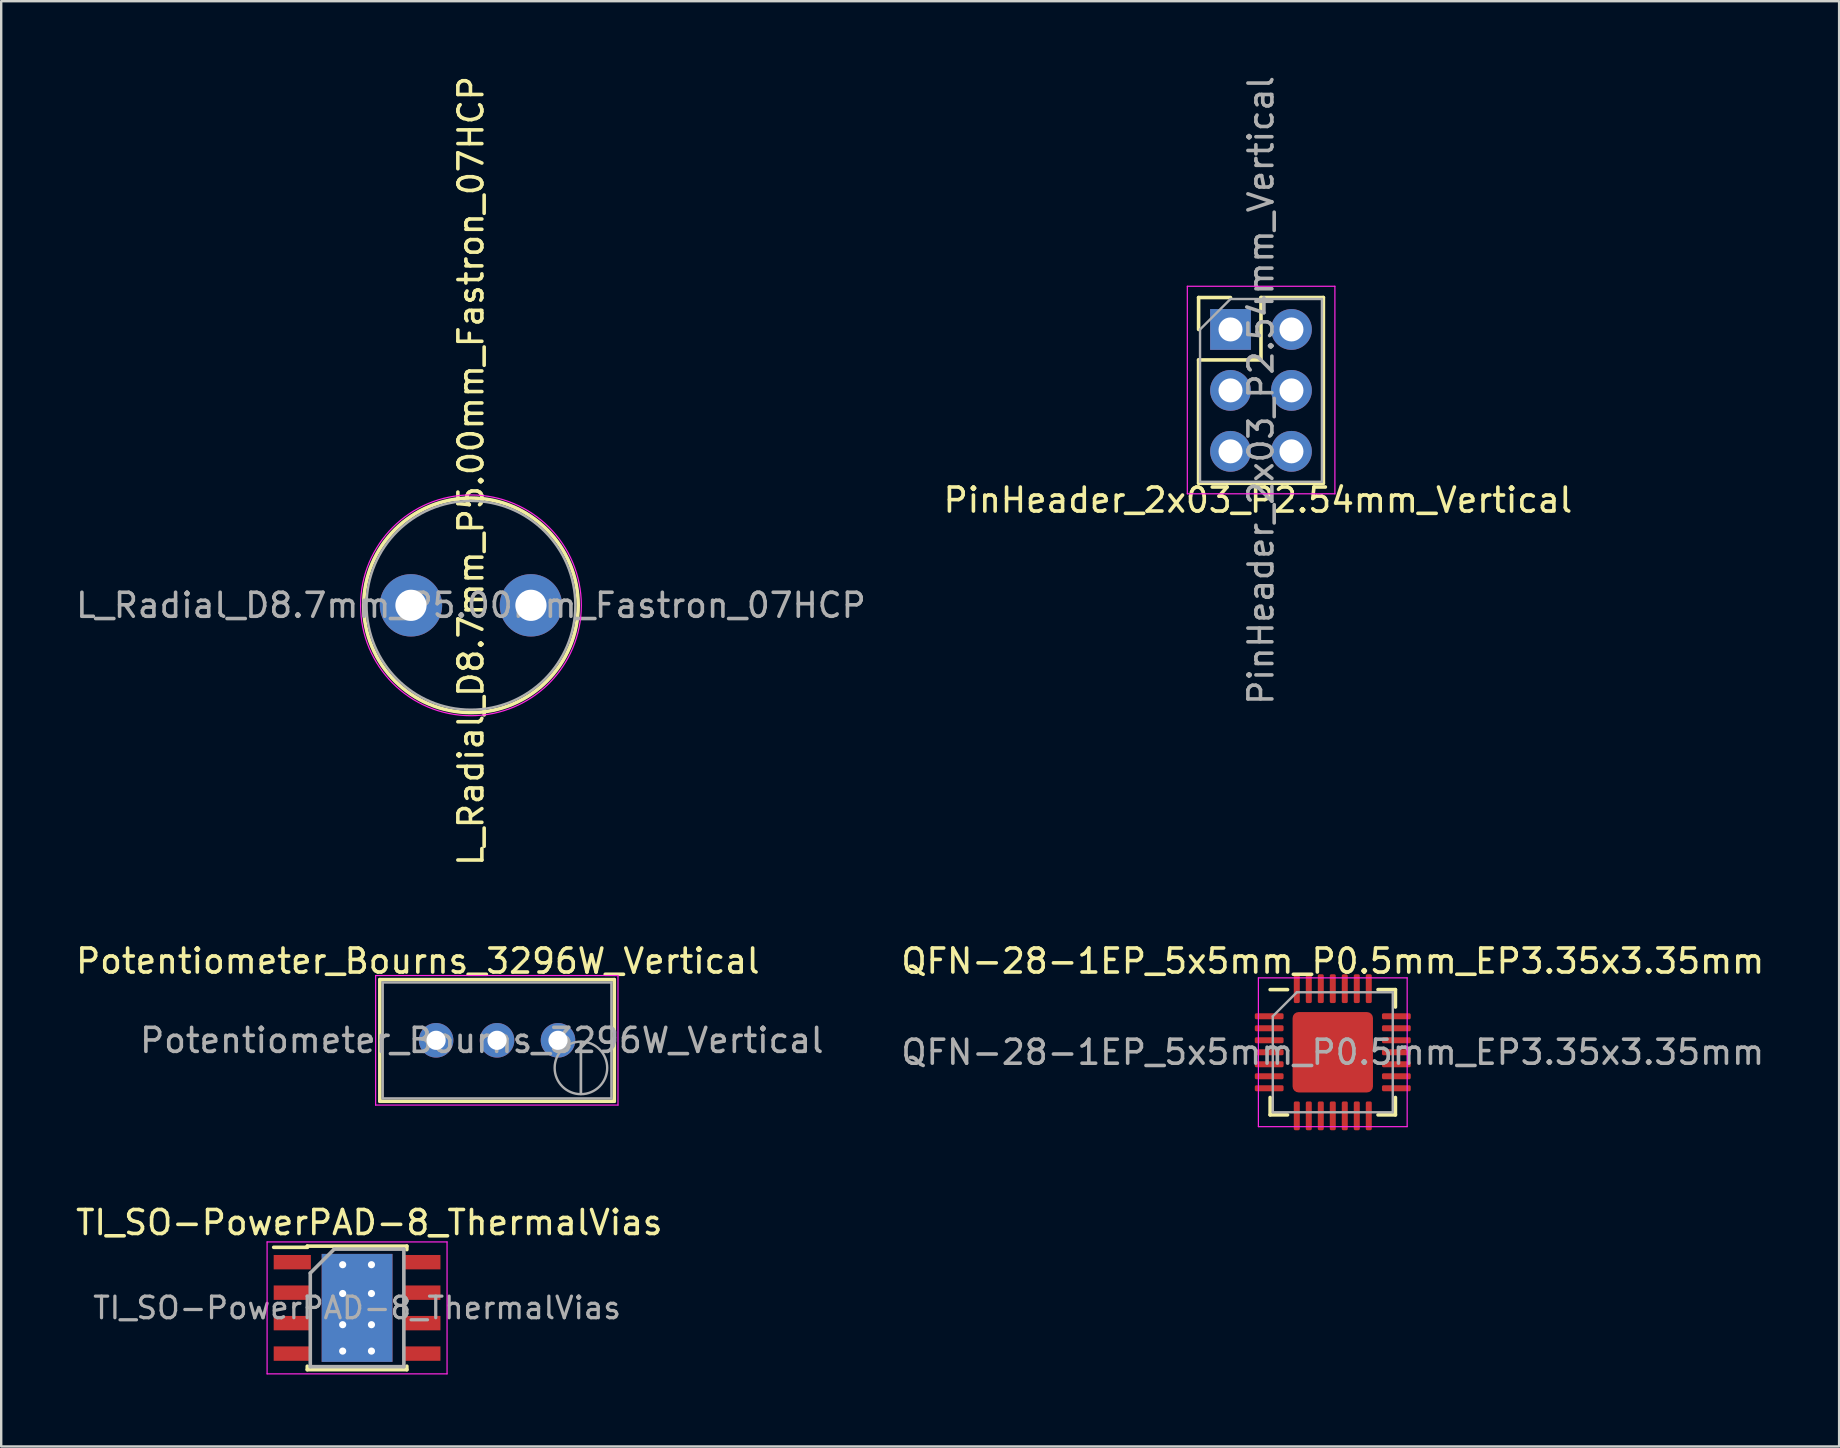
<source format=kicad_pcb>
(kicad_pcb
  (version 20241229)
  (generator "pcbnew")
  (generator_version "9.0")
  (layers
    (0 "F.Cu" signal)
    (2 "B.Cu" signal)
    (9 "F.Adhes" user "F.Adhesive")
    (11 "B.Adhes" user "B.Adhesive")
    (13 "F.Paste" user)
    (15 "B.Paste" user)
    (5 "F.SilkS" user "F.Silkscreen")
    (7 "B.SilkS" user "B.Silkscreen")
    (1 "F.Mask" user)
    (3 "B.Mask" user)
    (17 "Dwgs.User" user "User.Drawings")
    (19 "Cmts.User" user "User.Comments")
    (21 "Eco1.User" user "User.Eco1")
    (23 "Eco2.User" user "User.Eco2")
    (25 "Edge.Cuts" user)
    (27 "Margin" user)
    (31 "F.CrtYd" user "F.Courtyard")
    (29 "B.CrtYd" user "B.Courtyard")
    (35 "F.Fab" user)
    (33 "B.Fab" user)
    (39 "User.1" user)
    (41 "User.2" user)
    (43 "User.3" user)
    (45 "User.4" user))
  (footprint "PinHeader_2x03_P2.54mm_Vertical"
    (layer "F.Cu")
    (at 48.232 10.68)
    (property "Reference" "PinHeader_2x03_P2.54mm_Vertical" (at 1.143 7.112 0) (layer "F.SilkS") (effects (font (size 1 1) (thickness 0.15))))
    (attr through_hole)
    (fp_line (start -1.33 -1.33) (end 0 -1.33) (stroke (width 0.15) (type solid)) (layer "F.SilkS"))
    (fp_line (start -1.33 0) (end -1.33 -1.33) (stroke (width 0.15) (type solid)) (layer "F.SilkS"))
    (fp_line (start -1.33 1.27) (end -1.33 6.41) (stroke (width 0.15) (type solid)) (layer "F.SilkS"))
    (fp_line (start -1.33 1.27) (end 1.27 1.27) (stroke (width 0.15) (type solid)) (layer "F.SilkS"))
    (fp_line (start -1.33 6.41) (end 3.87 6.41) (stroke (width 0.15) (type solid)) (layer "F.SilkS"))
    (fp_line (start 1.27 -1.33) (end 3.87 -1.33) (stroke (width 0.15) (type solid)) (layer "F.SilkS"))
    (fp_line (start 1.27 1.27) (end 1.27 -1.33) (stroke (width 0.15) (type solid)) (layer "F.SilkS"))
    (fp_line (start 3.87 -1.33) (end 3.87 6.41) (stroke (width 0.15) (type solid)) (layer "F.SilkS"))
    (fp_line (start -1.8 -1.8) (end -1.8 6.85) (stroke (width 0.05) (type solid)) (layer "F.CrtYd"))
    (fp_line (start -1.8 6.85) (end 4.35 6.85) (stroke (width 0.05) (type solid)) (layer "F.CrtYd"))
    (fp_line (start 4.35 -1.8) (end -1.8 -1.8) (stroke (width 0.05) (type solid)) (layer "F.CrtYd"))
    (fp_line (start 4.35 6.85) (end 4.35 -1.8) (stroke (width 0.05) (type solid)) (layer "F.CrtYd"))
    (fp_line (start -1.27 0) (end 0 -1.27) (stroke (width 0.1) (type solid)) (layer "F.Fab"))
    (fp_line (start -1.27 6.35) (end -1.27 0) (stroke (width 0.1) (type solid)) (layer "F.Fab"))
    (fp_line (start 0 -1.27) (end 3.81 -1.27) (stroke (width 0.1) (type solid)) (layer "F.Fab"))
    (fp_line (start 3.81 -1.27) (end 3.81 6.35) (stroke (width 0.1) (type solid)) (layer "F.Fab"))
    (fp_line (start 3.81 6.35) (end -1.27 6.35) (stroke (width 0.1) (type solid)) (layer "F.Fab"))
    (fp_text user "${REFERENCE}" (at 1.27 2.54 90) (layer "F.Fab") (effects (font (size 1 1) (thickness 0.15))))
    (pad "1" thru_hole rect (at 0 0) (size 1.7 1.7) (drill 1) (layers "*.Cu" "*.Mask"))
    (pad "2" thru_hole oval (at 0 2.54) (size 1.7 1.7) (drill 1) (layers "*.Cu" "*.Mask"))
    (pad "3" thru_hole oval (at 0 5.08) (size 1.7 1.7) (drill 1) (layers "*.Cu" "*.Mask"))
    (pad "4" thru_hole oval (at 2.54 5.08) (size 1.7 1.7) (drill 1) (layers "*.Cu" "*.Mask"))
    (pad "5" thru_hole oval (at 2.54 2.54) (size 1.7 1.7) (drill 1) (layers "*.Cu" "*.Mask"))
    (pad "6" thru_hole oval (at 2.54 0) (size 1.7 1.7) (drill 1) (layers "*.Cu" "*.Mask")))
  (footprint "Potentiometer_Bourns_3296W_Vertical"
    (layer "F.Cu")
    (at 20.205 40.305)
    (property "Reference" "Potentiometer_Bourns_3296W_Vertical" (at -5.842 -3.302 180) (layer "F.SilkS") (effects (font (size 1 1) (thickness 0.15))))
    (attr through_hole)
    (fp_line (start -7.425 -2.53) (end -7.425 2.54) (stroke (width 0.15) (type solid)) (layer "F.SilkS"))
    (fp_line (start -7.425 -2.53) (end 2.345 -2.53) (stroke (width 0.15) (type solid)) (layer "F.SilkS"))
    (fp_line (start -7.425 2.54) (end 2.345 2.54) (stroke (width 0.15) (type solid)) (layer "F.SilkS"))
    (fp_line (start 2.345 -2.53) (end 2.345 2.54) (stroke (width 0.15) (type solid)) (layer "F.SilkS"))
    (fp_line (start -7.6 -2.7) (end -7.6 2.7) (stroke (width 0.05) (type solid)) (layer "F.CrtYd"))
    (fp_line (start -7.6 2.7) (end 2.5 2.7) (stroke (width 0.05) (type solid)) (layer "F.CrtYd"))
    (fp_line (start 2.5 -2.7) (end -7.6 -2.7) (stroke (width 0.05) (type solid)) (layer "F.CrtYd"))
    (fp_line (start 2.5 2.7) (end 2.5 -2.7) (stroke (width 0.05) (type solid)) (layer "F.CrtYd"))
    (fp_line (start -7.305 -2.41) (end -7.305 2.42) (stroke (width 0.1) (type solid)) (layer "F.Fab"))
    (fp_line (start -7.305 2.42) (end 2.225 2.42) (stroke (width 0.1) (type solid)) (layer "F.Fab"))
    (fp_line (start 0.955 2.235) (end 0.956 0.066) (stroke (width 0.1) (type solid)) (layer "F.Fab"))
    (fp_line (start 0.955 2.235) (end 0.956 0.066) (stroke (width 0.1) (type solid)) (layer "F.Fab"))
    (fp_line (start 2.225 -2.41) (end -7.305 -2.41) (stroke (width 0.1) (type solid)) (layer "F.Fab"))
    (fp_line (start 2.225 2.42) (end 2.225 -2.41) (stroke (width 0.1) (type solid)) (layer "F.Fab"))
    (fp_circle (center 0.955 1.15) (end 2.05 1.15) (stroke (width 0.1) (type solid)) (fill no) (layer "F.Fab"))
    (fp_text user "${REFERENCE}" (at -3.175 0.005 180) (layer "F.Fab") (effects (font (size 1 1) (thickness 0.15))))
    (pad "1" thru_hole circle (at 0 0) (size 1.44 1.44) (drill 0.8) (layers "*.Cu" "*.Mask"))
    (pad "2" thru_hole circle (at -2.54 0) (size 1.44 1.44) (drill 0.8) (layers "*.Cu" "*.Mask"))
    (pad "3" thru_hole circle (at -5.08 0) (size 1.44 1.44) (drill 0.8) (layers "*.Cu" "*.Mask")))
  (footprint "QFN-28-1EP_5x5mm_P0.5mm_EP3.35x3.35mm"
    (layer "F.Cu")
    (at 52.494 40.803)
    (property "Reference" "QFN-28-1EP_5x5mm_P0.5mm_EP3.35x3.35mm" (at 0 -3.8 0) (layer "F.SilkS") (effects (font (size 1 1) (thickness 0.15))))
    (attr smd)
    (fp_line (start -2.61 2.61) (end -2.61 1.885) (stroke (width 0.15) (type solid)) (layer "F.SilkS"))
    (fp_line (start -1.885 -2.61) (end -2.61 -2.61) (stroke (width 0.15) (type solid)) (layer "F.SilkS"))
    (fp_line (start -1.885 2.61) (end -2.61 2.61) (stroke (width 0.15) (type solid)) (layer "F.SilkS"))
    (fp_line (start 1.885 -2.61) (end 2.61 -2.61) (stroke (width 0.15) (type solid)) (layer "F.SilkS"))
    (fp_line (start 1.885 2.61) (end 2.61 2.61) (stroke (width 0.15) (type solid)) (layer "F.SilkS"))
    (fp_line (start 2.61 -2.61) (end 2.61 -1.885) (stroke (width 0.15) (type solid)) (layer "F.SilkS"))
    (fp_line (start 2.61 2.61) (end 2.61 1.885) (stroke (width 0.15) (type solid)) (layer "F.SilkS"))
    (fp_line (start -3.1 -3.1) (end -3.1 3.1) (stroke (width 0.05) (type solid)) (layer "F.CrtYd"))
    (fp_line (start -3.1 3.1) (end 3.1 3.1) (stroke (width 0.05) (type solid)) (layer "F.CrtYd"))
    (fp_line (start 3.1 -3.1) (end -3.1 -3.1) (stroke (width 0.05) (type solid)) (layer "F.CrtYd"))
    (fp_line (start 3.1 3.1) (end 3.1 -3.1) (stroke (width 0.05) (type solid)) (layer "F.CrtYd"))
    (fp_line (start -2.5 -1.5) (end -1.5 -2.5) (stroke (width 0.1) (type solid)) (layer "F.Fab"))
    (fp_line (start -2.5 2.5) (end -2.5 -1.5) (stroke (width 0.1) (type solid)) (layer "F.Fab"))
    (fp_line (start -1.5 -2.5) (end 2.5 -2.5) (stroke (width 0.1) (type solid)) (layer "F.Fab"))
    (fp_line (start 2.5 -2.5) (end 2.5 2.5) (stroke (width 0.1) (type solid)) (layer "F.Fab"))
    (fp_line (start 2.5 2.5) (end -2.5 2.5) (stroke (width 0.1) (type solid)) (layer "F.Fab"))
    (fp_text user "${REFERENCE}" (at 0 0 0) (layer "F.Fab") (effects (font (size 1 1) (thickness 0.15))))
    (pad "" smd roundrect (at -1.12 -1.12) (size 0.9 0.9) (layers "F.Paste") (roundrect_rratio 0.25))
    (pad "" smd roundrect (at -1.12 0) (size 0.9 0.9) (layers "F.Paste") (roundrect_rratio 0.25))
    (pad "" smd roundrect (at -1.12 1.12) (size 0.9 0.9) (layers "F.Paste") (roundrect_rratio 0.25))
    (pad "" smd roundrect (at 0 -1.12) (size 0.9 0.9) (layers "F.Paste") (roundrect_rratio 0.25))
    (pad "" smd roundrect (at 0 0) (size 0.9 0.9) (layers "F.Paste") (roundrect_rratio 0.25))
    (pad "" smd roundrect (at 0 1.12) (size 0.9 0.9) (layers "F.Paste") (roundrect_rratio 0.25))
    (pad "" smd roundrect (at 1.12 -1.12) (size 0.9 0.9) (layers "F.Paste") (roundrect_rratio 0.25))
    (pad "" smd roundrect (at 1.12 0) (size 0.9 0.9) (layers "F.Paste") (roundrect_rratio 0.25))
    (pad "" smd roundrect (at 1.12 1.12) (size 0.9 0.9) (layers "F.Paste") (roundrect_rratio 0.25))
    (pad "1" smd roundrect (at -2.65 -1.5) (size 1.2 0.25) (layers "F.Cu" "F.Mask" "F.Paste") (roundrect_rratio 0.25))
    (pad "2" smd roundrect (at -2.65 -1) (size 1.2 0.25) (layers "F.Cu" "F.Mask" "F.Paste") (roundrect_rratio 0.25))
    (pad "3" smd roundrect (at -2.65 -0.5) (size 1.2 0.25) (layers "F.Cu" "F.Mask" "F.Paste") (roundrect_rratio 0.25))
    (pad "4" smd roundrect (at -2.65 0) (size 1.2 0.25) (layers "F.Cu" "F.Mask" "F.Paste") (roundrect_rratio 0.25))
    (pad "5" smd roundrect (at -2.65 0.5) (size 1.2 0.25) (layers "F.Cu" "F.Mask" "F.Paste") (roundrect_rratio 0.25))
    (pad "6" smd roundrect (at -2.65 1) (size 1.2 0.25) (layers "F.Cu" "F.Mask" "F.Paste") (roundrect_rratio 0.25))
    (pad "7" smd roundrect (at -2.65 1.5) (size 1.2 0.25) (layers "F.Cu" "F.Mask" "F.Paste") (roundrect_rratio 0.25))
    (pad "8" smd roundrect (at -1.5 2.65) (size 0.25 1.2) (layers "F.Cu" "F.Mask" "F.Paste") (roundrect_rratio 0.25))
    (pad "9" smd roundrect (at -1 2.65) (size 0.25 1.2) (layers "F.Cu" "F.Mask" "F.Paste") (roundrect_rratio 0.25))
    (pad "10" smd roundrect (at -0.5 2.65) (size 0.25 1.2) (layers "F.Cu" "F.Mask" "F.Paste") (roundrect_rratio 0.25))
    (pad "11" smd roundrect (at 0 2.65) (size 0.25 1.2) (layers "F.Cu" "F.Mask" "F.Paste") (roundrect_rratio 0.25))
    (pad "12" smd roundrect (at 0.5 2.65) (size 0.25 1.2) (layers "F.Cu" "F.Mask" "F.Paste") (roundrect_rratio 0.25))
    (pad "13" smd roundrect (at 1 2.65) (size 0.25 1.2) (layers "F.Cu" "F.Mask" "F.Paste") (roundrect_rratio 0.25))
    (pad "14" smd roundrect (at 1.5 2.65) (size 0.25 1.2) (layers "F.Cu" "F.Mask" "F.Paste") (roundrect_rratio 0.25))
    (pad "15" smd roundrect (at 2.65 1.5) (size 1.2 0.25) (layers "F.Cu" "F.Mask" "F.Paste") (roundrect_rratio 0.25))
    (pad "16" smd roundrect (at 2.65 1) (size 1.2 0.25) (layers "F.Cu" "F.Mask" "F.Paste") (roundrect_rratio 0.25))
    (pad "17" smd roundrect (at 2.65 0.5) (size 1.2 0.25) (layers "F.Cu" "F.Mask" "F.Paste") (roundrect_rratio 0.25))
    (pad "18" smd roundrect (at 2.65 0) (size 1.2 0.25) (layers "F.Cu" "F.Mask" "F.Paste") (roundrect_rratio 0.25))
    (pad "19" smd roundrect (at 2.65 -0.5) (size 1.2 0.25) (layers "F.Cu" "F.Mask" "F.Paste") (roundrect_rratio 0.25))
    (pad "20" smd roundrect (at 2.65 -1) (size 1.2 0.25) (layers "F.Cu" "F.Mask" "F.Paste") (roundrect_rratio 0.25))
    (pad "21" smd roundrect (at 2.65 -1.5) (size 1.2 0.25) (layers "F.Cu" "F.Mask" "F.Paste") (roundrect_rratio 0.25))
    (pad "22" smd roundrect (at 1.5 -2.65) (size 0.25 1.2) (layers "F.Cu" "F.Mask" "F.Paste") (roundrect_rratio 0.25))
    (pad "23" smd roundrect (at 1 -2.65) (size 0.25 1.2) (layers "F.Cu" "F.Mask" "F.Paste") (roundrect_rratio 0.25))
    (pad "24" smd roundrect (at 0.5 -2.65) (size 0.25 1.2) (layers "F.Cu" "F.Mask" "F.Paste") (roundrect_rratio 0.25))
    (pad "25" smd roundrect (at 0 -2.65) (size 0.25 1.2) (layers "F.Cu" "F.Mask" "F.Paste") (roundrect_rratio 0.25))
    (pad "26" smd roundrect (at -0.5 -2.65) (size 0.25 1.2) (layers "F.Cu" "F.Mask" "F.Paste") (roundrect_rratio 0.25))
    (pad "27" smd roundrect (at -1 -2.65) (size 0.25 1.2) (layers "F.Cu" "F.Mask" "F.Paste") (roundrect_rratio 0.25))
    (pad "28" smd roundrect (at -1.5 -2.65) (size 0.25 1.2) (layers "F.Cu" "F.Mask" "F.Paste") (roundrect_rratio 0.25))
    (pad "29" smd roundrect (at 0 0) (size 3.35 3.35) (layers "F.Cu" "F.Mask") (roundrect_rratio 0.075)))
  (footprint "TI_SO-PowerPAD-8_ThermalVias"
    (layer "F.Cu")
    (at 11.831 51.457)
    (property "Reference" "TI_SO-PowerPAD-8_ThermalVias" (at 0.508 -3.556 180) (layer "F.SilkS") (effects (font (size 1 1) (thickness 0.15))))
    (attr smd)
    (fp_line (start -2.075 -2.575) (end -2.075 -2.525) (stroke (width 0.15) (type solid)) (layer "F.SilkS"))
    (fp_line (start -2.075 -2.575) (end 2.075 -2.575) (stroke (width 0.15) (type solid)) (layer "F.SilkS"))
    (fp_line (start -2.075 -2.525) (end -3.475 -2.525) (stroke (width 0.15) (type solid)) (layer "F.SilkS"))
    (fp_line (start -2.075 2.575) (end -2.075 2.43) (stroke (width 0.15) (type solid)) (layer "F.SilkS"))
    (fp_line (start -2.075 2.575) (end 2.075 2.575) (stroke (width 0.15) (type solid)) (layer "F.SilkS"))
    (fp_line (start 2.075 -2.575) (end 2.075 -2.43) (stroke (width 0.15) (type solid)) (layer "F.SilkS"))
    (fp_line (start 2.075 2.575) (end 2.075 2.43) (stroke (width 0.15) (type solid)) (layer "F.SilkS"))
    (fp_line (start -3.75 -2.75) (end -3.75 2.75) (stroke (width 0.05) (type solid)) (layer "F.CrtYd"))
    (fp_line (start -3.75 -2.75) (end 3.75 -2.75) (stroke (width 0.05) (type solid)) (layer "F.CrtYd"))
    (fp_line (start -3.75 2.75) (end 3.75 2.75) (stroke (width 0.05) (type solid)) (layer "F.CrtYd"))
    (fp_line (start 3.75 -2.75) (end 3.75 2.75) (stroke (width 0.05) (type solid)) (layer "F.CrtYd"))
    (fp_line (start -1.95 -1.45) (end -0.95 -2.45) (stroke (width 0.15) (type solid)) (layer "F.Fab"))
    (fp_line (start -1.95 2.45) (end -1.95 -1.45) (stroke (width 0.15) (type solid)) (layer "F.Fab"))
    (fp_line (start -0.95 -2.45) (end 1.95 -2.45) (stroke (width 0.15) (type solid)) (layer "F.Fab"))
    (fp_line (start 1.95 -2.45) (end 1.95 2.45) (stroke (width 0.15) (type solid)) (layer "F.Fab"))
    (fp_line (start 1.95 2.45) (end -1.95 2.45) (stroke (width 0.15) (type solid)) (layer "F.Fab"))
    (fp_text user "${REFERENCE}" (at 0 0 180) (layer "F.Fab") (effects (font (size 0.9 0.9) (thickness 0.135))))
    (pad "1" smd rect (at -2.7 -1.905) (size 1.55 0.6) (layers "F.Cu" "F.Mask" "F.Paste"))
    (pad "2" smd rect (at -2.7 -0.635) (size 1.55 0.6) (layers "F.Cu" "F.Mask" "F.Paste"))
    (pad "3" smd rect (at -2.7 0.635) (size 1.55 0.6) (layers "F.Cu" "F.Mask" "F.Paste"))
    (pad "4" smd rect (at -2.7 1.905) (size 1.55 0.6) (layers "F.Cu" "F.Mask" "F.Paste"))
    (pad "5" smd rect (at 2.7 1.905) (size 1.55 0.6) (layers "F.Cu" "F.Mask" "F.Paste"))
    (pad "6" smd rect (at 2.7 0.635) (size 1.55 0.6) (layers "F.Cu" "F.Mask" "F.Paste"))
    (pad "7" smd rect (at 2.7 -0.635) (size 1.55 0.6) (layers "F.Cu" "F.Mask" "F.Paste"))
    (pad "8" smd rect (at 2.7 -1.905) (size 1.55 0.6) (layers "F.Cu" "F.Mask" "F.Paste"))
    (pad "9" thru_hole circle (at -0.6 -1.8) (size 0.6 0.6) (drill 0.3) (layers "*.Cu"))
    (pad "9" thru_hole circle (at -0.6 -0.6) (size 0.6 0.6) (drill 0.3) (layers "*.Cu"))
    (pad "9" thru_hole circle (at -0.6 0.7) (size 0.6 0.6) (drill 0.3) (layers "*.Cu"))
    (pad "9" thru_hole circle (at -0.6 1.8) (size 0.6 0.6) (drill 0.3) (layers "*.Cu"))
    (pad "9" smd rect (at 0 0) (size 2.6 3.1) (layers "F.Cu" "F.Mask" "F.Paste"))
    (pad "9" smd rect (at 0 0) (size 2.95 4.5) (layers "F.Cu"))
    (pad "9" smd rect (at 0 0) (size 2.95 4.5) (layers "B.Cu"))
    (pad "9" thru_hole circle (at 0.6 -1.8) (size 0.6 0.6) (drill 0.3) (layers "*.Cu"))
    (pad "9" thru_hole circle (at 0.6 -0.6) (size 0.6 0.6) (drill 0.3) (layers "*.Cu"))
    (pad "9" thru_hole circle (at 0.6 0.7) (size 0.6 0.6) (drill 0.3) (layers "*.Cu"))
    (pad "9" thru_hole circle (at 0.6 1.8) (size 0.6 0.6) (drill 0.3) (layers "*.Cu")))
  (footprint "L_Radial_D8.7mm_P5.00mm_Fastron_07HCP"
    (layer "F.Cu")
    (at 14.077 22.177)
    (property "Reference" "L_Radial_D8.7mm_P5.00mm_Fastron_07HCP" (at 2.5 -5.6 270) (layer "F.SilkS") (effects (font (size 1 1) (thickness 0.15))))
    (attr through_hole)
    (fp_circle (center 2.5 0) (end 6.97 0) (stroke (width 0.15) (type solid)) (fill no) (layer "F.SilkS"))
    (fp_circle (center 2.5 0) (end 7.1 0) (stroke (width 0.05) (type solid)) (fill no) (layer "F.CrtYd"))
    (fp_circle (center 2.5 0) (end 6.85 0) (stroke (width 0.1) (type solid)) (fill no) (layer "F.Fab"))
    (fp_text user "${REFERENCE}" (at 2.5 0 180) (layer "F.Fab") (effects (font (size 1 1) (thickness 0.15))))
    (pad "1" thru_hole circle (at 0 0) (size 2.6 2.6) (drill 1.3) (layers "*.Cu" "*.Mask"))
    (pad "2" thru_hole circle (at 5 0) (size 2.6 2.6) (drill 1.3) (layers "*.Cu" "*.Mask")))
  (gr_rect
    (start -3 -3)
    (end 73.596 57.232)
    (stroke (width 0.1) (type default))
    (fill no)
    (layer "Edge.Cuts")))
</source>
